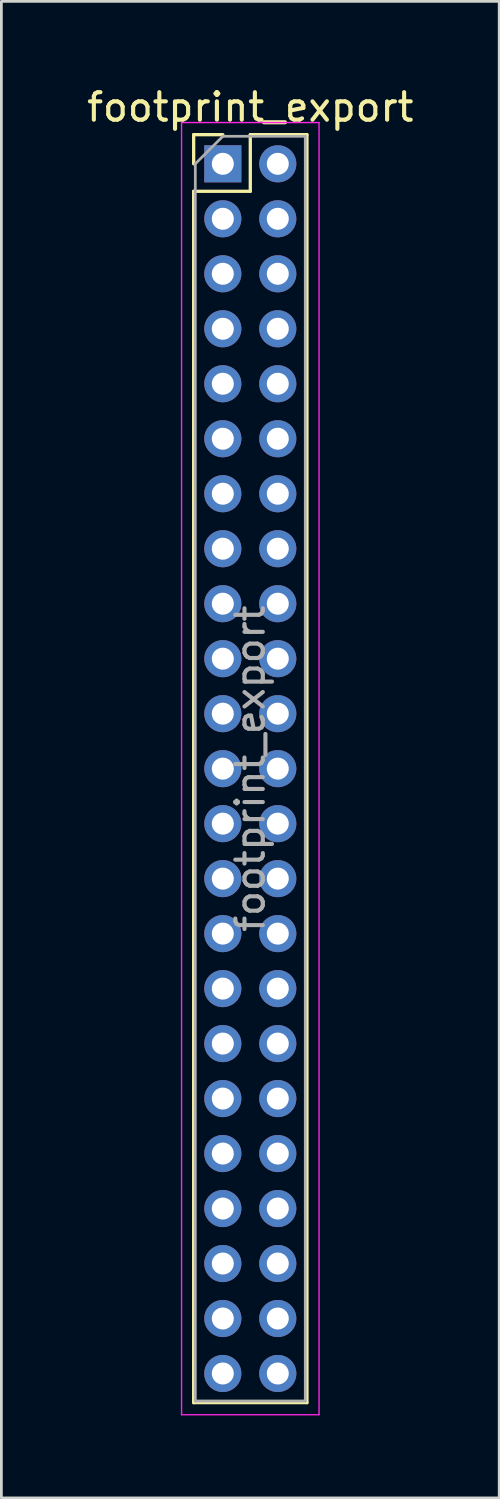
<source format=kicad_pcb>
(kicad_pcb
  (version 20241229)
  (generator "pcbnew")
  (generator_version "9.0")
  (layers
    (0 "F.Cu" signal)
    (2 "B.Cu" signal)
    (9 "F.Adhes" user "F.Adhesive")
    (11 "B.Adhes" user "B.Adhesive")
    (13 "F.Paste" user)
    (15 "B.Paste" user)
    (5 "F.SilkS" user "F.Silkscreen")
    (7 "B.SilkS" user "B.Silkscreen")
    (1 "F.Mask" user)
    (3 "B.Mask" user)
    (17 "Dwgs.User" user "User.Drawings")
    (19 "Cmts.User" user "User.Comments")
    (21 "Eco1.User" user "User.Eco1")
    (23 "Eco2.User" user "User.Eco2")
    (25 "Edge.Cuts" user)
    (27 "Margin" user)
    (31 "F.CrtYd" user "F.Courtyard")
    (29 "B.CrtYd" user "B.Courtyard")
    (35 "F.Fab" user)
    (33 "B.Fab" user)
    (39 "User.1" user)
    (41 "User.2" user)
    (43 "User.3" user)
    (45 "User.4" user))
  (footprint "footprint_export"
    (layer "F.Cu")
    (at 5.054 2.908)
    (property "Reference" "footprint_export" (at 1 -2.06 0) (layer "F.SilkS") (effects (font (size 1 1) (thickness 0.15))))
    (attr through_hole)
    (fp_line (start -1.06 -1.06) (end 0 -1.06) (stroke (width 0.12) (type solid)) (layer "F.SilkS"))
    (fp_line (start -1.06 0) (end -1.06 -1.06) (stroke (width 0.12) (type solid)) (layer "F.SilkS"))
    (fp_line (start -1.06 1) (end -1.06 45.06) (stroke (width 0.12) (type solid)) (layer "F.SilkS"))
    (fp_line (start -1.06 1) (end 1 1) (stroke (width 0.12) (type solid)) (layer "F.SilkS"))
    (fp_line (start -1.06 45.06) (end 3.06 45.06) (stroke (width 0.12) (type solid)) (layer "F.SilkS"))
    (fp_line (start 1 -1.06) (end 3.06 -1.06) (stroke (width 0.12) (type solid)) (layer "F.SilkS"))
    (fp_line (start 1 1) (end 1 -1.06) (stroke (width 0.12) (type solid)) (layer "F.SilkS"))
    (fp_line (start 3.06 -1.06) (end 3.06 45.06) (stroke (width 0.12) (type solid)) (layer "F.SilkS"))
    (fp_line (start -1.5 -1.5) (end -1.5 45.5) (stroke (width 0.05) (type solid)) (layer "F.CrtYd"))
    (fp_line (start -1.5 45.5) (end 3.5 45.5) (stroke (width 0.05) (type solid)) (layer "F.CrtYd"))
    (fp_line (start 3.5 -1.5) (end -1.5 -1.5) (stroke (width 0.05) (type solid)) (layer "F.CrtYd"))
    (fp_line (start 3.5 45.5) (end 3.5 -1.5) (stroke (width 0.05) (type solid)) (layer "F.CrtYd"))
    (fp_line (start -1 0) (end 0 -1) (stroke (width 0.1) (type solid)) (layer "F.Fab"))
    (fp_line (start -1 45) (end -1 0) (stroke (width 0.1) (type solid)) (layer "F.Fab"))
    (fp_line (start 0 -1) (end 3 -1) (stroke (width 0.1) (type solid)) (layer "F.Fab"))
    (fp_line (start 3 -1) (end 3 45) (stroke (width 0.1) (type solid)) (layer "F.Fab"))
    (fp_line (start 3 45) (end -1 45) (stroke (width 0.1) (type solid)) (layer "F.Fab"))
    (fp_text user "${REFERENCE}" (at 1 22 90) (layer "F.Fab") (effects (font (size 1 1) (thickness 0.15))))
    (pad "1" thru_hole rect (at 0 0) (size 1.35 1.35) (drill 0.8) (layers "*.Cu" "*.Mask"))
    (pad "2" thru_hole oval (at 2 0) (size 1.35 1.35) (drill 0.8) (layers "*.Cu" "*.Mask"))
    (pad "3" thru_hole oval (at 0 2) (size 1.35 1.35) (drill 0.8) (layers "*.Cu" "*.Mask"))
    (pad "4" thru_hole oval (at 2 2) (size 1.35 1.35) (drill 0.8) (layers "*.Cu" "*.Mask"))
    (pad "5" thru_hole oval (at 0 4) (size 1.35 1.35) (drill 0.8) (layers "*.Cu" "*.Mask"))
    (pad "6" thru_hole oval (at 2 4) (size 1.35 1.35) (drill 0.8) (layers "*.Cu" "*.Mask"))
    (pad "7" thru_hole oval (at 0 6) (size 1.35 1.35) (drill 0.8) (layers "*.Cu" "*.Mask"))
    (pad "8" thru_hole oval (at 2 6) (size 1.35 1.35) (drill 0.8) (layers "*.Cu" "*.Mask"))
    (pad "9" thru_hole oval (at 0 8) (size 1.35 1.35) (drill 0.8) (layers "*.Cu" "*.Mask"))
    (pad "10" thru_hole oval (at 2 8) (size 1.35 1.35) (drill 0.8) (layers "*.Cu" "*.Mask"))
    (pad "11" thru_hole oval (at 0 10) (size 1.35 1.35) (drill 0.8) (layers "*.Cu" "*.Mask"))
    (pad "12" thru_hole oval (at 2 10) (size 1.35 1.35) (drill 0.8) (layers "*.Cu" "*.Mask"))
    (pad "13" thru_hole oval (at 0 12) (size 1.35 1.35) (drill 0.8) (layers "*.Cu" "*.Mask"))
    (pad "14" thru_hole oval (at 2 12) (size 1.35 1.35) (drill 0.8) (layers "*.Cu" "*.Mask"))
    (pad "15" thru_hole oval (at 0 14) (size 1.35 1.35) (drill 0.8) (layers "*.Cu" "*.Mask"))
    (pad "16" thru_hole oval (at 2 14) (size 1.35 1.35) (drill 0.8) (layers "*.Cu" "*.Mask"))
    (pad "17" thru_hole oval (at 0 16) (size 1.35 1.35) (drill 0.8) (layers "*.Cu" "*.Mask"))
    (pad "18" thru_hole oval (at 2 16) (size 1.35 1.35) (drill 0.8) (layers "*.Cu" "*.Mask"))
    (pad "19" thru_hole oval (at 0 18) (size 1.35 1.35) (drill 0.8) (layers "*.Cu" "*.Mask"))
    (pad "20" thru_hole oval (at 2 18) (size 1.35 1.35) (drill 0.8) (layers "*.Cu" "*.Mask"))
    (pad "21" thru_hole oval (at 0 20) (size 1.35 1.35) (drill 0.8) (layers "*.Cu" "*.Mask"))
    (pad "22" thru_hole oval (at 2 20) (size 1.35 1.35) (drill 0.8) (layers "*.Cu" "*.Mask"))
    (pad "23" thru_hole oval (at 0 22) (size 1.35 1.35) (drill 0.8) (layers "*.Cu" "*.Mask"))
    (pad "24" thru_hole oval (at 2 22) (size 1.35 1.35) (drill 0.8) (layers "*.Cu" "*.Mask"))
    (pad "25" thru_hole oval (at 0 24) (size 1.35 1.35) (drill 0.8) (layers "*.Cu" "*.Mask"))
    (pad "26" thru_hole oval (at 2 24) (size 1.35 1.35) (drill 0.8) (layers "*.Cu" "*.Mask"))
    (pad "27" thru_hole oval (at 0 26) (size 1.35 1.35) (drill 0.8) (layers "*.Cu" "*.Mask"))
    (pad "28" thru_hole oval (at 2 26) (size 1.35 1.35) (drill 0.8) (layers "*.Cu" "*.Mask"))
    (pad "29" thru_hole oval (at 0 28) (size 1.35 1.35) (drill 0.8) (layers "*.Cu" "*.Mask"))
    (pad "30" thru_hole oval (at 2 28) (size 1.35 1.35) (drill 0.8) (layers "*.Cu" "*.Mask"))
    (pad "31" thru_hole oval (at 0 30) (size 1.35 1.35) (drill 0.8) (layers "*.Cu" "*.Mask"))
    (pad "32" thru_hole oval (at 2 30) (size 1.35 1.35) (drill 0.8) (layers "*.Cu" "*.Mask"))
    (pad "33" thru_hole oval (at 0 32) (size 1.35 1.35) (drill 0.8) (layers "*.Cu" "*.Mask"))
    (pad "34" thru_hole oval (at 2 32) (size 1.35 1.35) (drill 0.8) (layers "*.Cu" "*.Mask"))
    (pad "35" thru_hole oval (at 0 34) (size 1.35 1.35) (drill 0.8) (layers "*.Cu" "*.Mask"))
    (pad "36" thru_hole oval (at 2 34) (size 1.35 1.35) (drill 0.8) (layers "*.Cu" "*.Mask"))
    (pad "37" thru_hole oval (at 0 36) (size 1.35 1.35) (drill 0.8) (layers "*.Cu" "*.Mask"))
    (pad "38" thru_hole oval (at 2 36) (size 1.35 1.35) (drill 0.8) (layers "*.Cu" "*.Mask"))
    (pad "39" thru_hole oval (at 0 38) (size 1.35 1.35) (drill 0.8) (layers "*.Cu" "*.Mask"))
    (pad "40" thru_hole oval (at 2 38) (size 1.35 1.35) (drill 0.8) (layers "*.Cu" "*.Mask"))
    (pad "41" thru_hole oval (at 0 40) (size 1.35 1.35) (drill 0.8) (layers "*.Cu" "*.Mask"))
    (pad "42" thru_hole oval (at 2 40) (size 1.35 1.35) (drill 0.8) (layers "*.Cu" "*.Mask"))
    (pad "43" thru_hole oval (at 0 42) (size 1.35 1.35) (drill 0.8) (layers "*.Cu" "*.Mask"))
    (pad "44" thru_hole oval (at 2 42) (size 1.35 1.35) (drill 0.8) (layers "*.Cu" "*.Mask"))
    (pad "45" thru_hole oval (at 0 44) (size 1.35 1.35) (drill 0.8) (layers "*.Cu" "*.Mask"))
    (pad "46" thru_hole oval (at 2 44) (size 1.35 1.35) (drill 0.8) (layers "*.Cu" "*.Mask")))
  (gr_rect
    (start -3 -3)
    (end 15.107 51.433)
    (stroke (width 0.1) (type default))
    (fill no)
    (layer "Edge.Cuts")))
</source>
